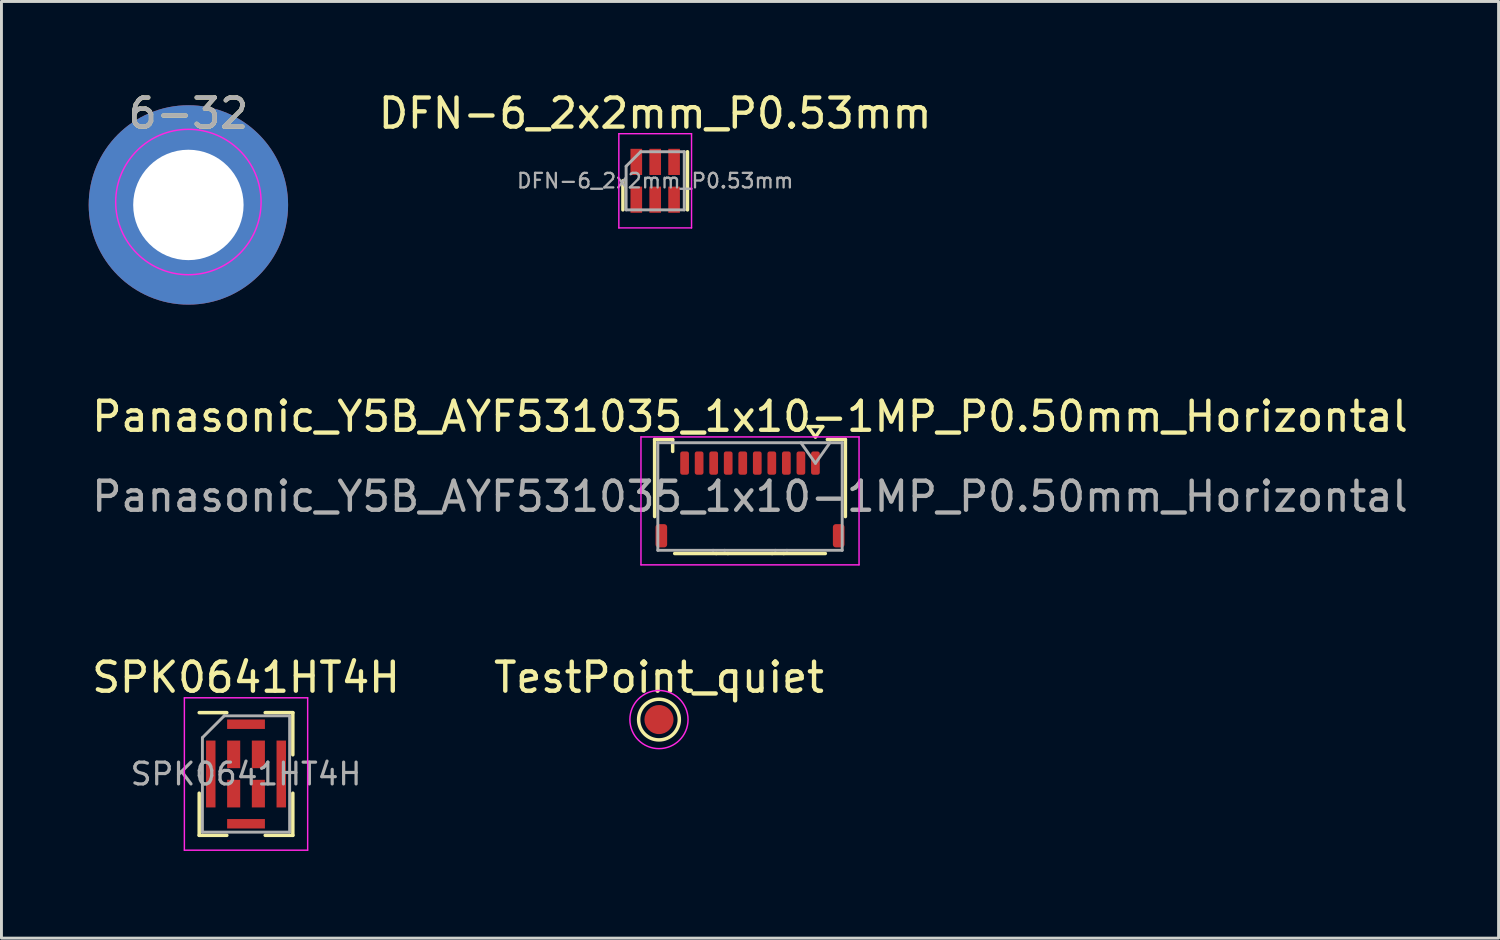
<source format=kicad_pcb>
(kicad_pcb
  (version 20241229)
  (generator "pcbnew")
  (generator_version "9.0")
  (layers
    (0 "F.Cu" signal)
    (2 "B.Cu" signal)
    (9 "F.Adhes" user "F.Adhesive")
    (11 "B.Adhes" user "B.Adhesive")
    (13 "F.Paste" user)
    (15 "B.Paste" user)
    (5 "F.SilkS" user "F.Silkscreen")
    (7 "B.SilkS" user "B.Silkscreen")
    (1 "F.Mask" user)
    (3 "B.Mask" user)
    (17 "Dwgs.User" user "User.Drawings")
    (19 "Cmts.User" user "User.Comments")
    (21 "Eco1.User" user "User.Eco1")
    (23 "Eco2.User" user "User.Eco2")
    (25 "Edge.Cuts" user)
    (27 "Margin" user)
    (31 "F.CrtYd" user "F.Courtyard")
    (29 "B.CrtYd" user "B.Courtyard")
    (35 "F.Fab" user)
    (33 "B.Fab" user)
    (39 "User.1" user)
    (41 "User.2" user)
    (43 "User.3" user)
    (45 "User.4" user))
  (footprint "SPK0641HT4H"
    (layer "F.Cu")
    (at 5.411 23.569)
    (property "Reference" "SPK0641HT4H" (at 0 -3.32 0) (layer "F.SilkS") (effects (font (size 1 1) (thickness 0.15))))
    (attr smd)
    (fp_line (start -1.61 2.11) (end -1.61 0.66) (stroke (width 0.12) (type solid)) (layer "F.SilkS"))
    (fp_line (start -0.66 -2.11) (end -1.61 -2.11) (stroke (width 0.12) (type solid)) (layer "F.SilkS"))
    (fp_line (start -0.66 2.11) (end -1.61 2.11) (stroke (width 0.12) (type solid)) (layer "F.SilkS"))
    (fp_line (start 0.66 -2.11) (end 1.61 -2.11) (stroke (width 0.12) (type solid)) (layer "F.SilkS"))
    (fp_line (start 0.66 2.11) (end 1.61 2.11) (stroke (width 0.12) (type solid)) (layer "F.SilkS"))
    (fp_line (start 1.61 -2.11) (end 1.61 -0.66) (stroke (width 0.12) (type solid)) (layer "F.SilkS"))
    (fp_line (start 1.61 2.11) (end 1.61 0.66) (stroke (width 0.12) (type solid)) (layer "F.SilkS"))
    (fp_line (start -2.12 -2.62) (end -2.12 2.62) (stroke (width 0.05) (type solid)) (layer "F.CrtYd"))
    (fp_line (start -2.12 2.62) (end 2.12 2.62) (stroke (width 0.05) (type solid)) (layer "F.CrtYd"))
    (fp_line (start 2.12 -2.62) (end -2.12 -2.62) (stroke (width 0.05) (type solid)) (layer "F.CrtYd"))
    (fp_line (start 2.12 2.62) (end 2.12 -2.62) (stroke (width 0.05) (type solid)) (layer "F.CrtYd"))
    (fp_line (start -1.5 -1.25) (end -0.75 -2) (stroke (width 0.1) (type solid)) (layer "F.Fab"))
    (fp_line (start -1.5 2) (end -1.5 -1.25) (stroke (width 0.1) (type solid)) (layer "F.Fab"))
    (fp_line (start -0.75 -2) (end 1.5 -2) (stroke (width 0.1) (type solid)) (layer "F.Fab"))
    (fp_line (start 1.5 -2) (end 1.5 2) (stroke (width 0.1) (type solid)) (layer "F.Fab"))
    (fp_line (start 1.5 2) (end -1.5 2) (stroke (width 0.1) (type solid)) (layer "F.Fab"))
    (fp_text user "${REFERENCE}" (at 0 0 0) (layer "F.Fab") (effects (font (size 0.75 0.75) (thickness 0.11))))
    (pad "1" smd rect (at -0.425 0.675) (size 0.45 0.95) (layers "F.Cu" "F.Mask" "F.Paste"))
    (pad "2" smd rect (at -0.425 -0.675) (size 0.45 0.95) (layers "F.Cu" "F.Mask" "F.Paste"))
    (pad "3" smd rect (at 0.425 -0.675) (size 0.45 0.95) (layers "F.Cu" "F.Mask" "F.Paste"))
    (pad "4" smd rect (at 0.425 0.675) (size 0.45 0.95) (layers "F.Cu" "F.Mask" "F.Paste"))
    (pad "5" smd rect (at 0 1.712) (size 1.3 0.325) (layers "F.Cu" "F.Mask" "F.Paste"))
    (pad "6" smd rect (at -1.212 0) (size 0.325 2.3) (layers "F.Cu" "F.Mask" "F.Paste"))
    (pad "7" smd rect (at 0 -1.712) (size 1.3 0.325) (layers "F.Cu" "F.Mask" "F.Paste"))
    (pad "8" smd rect (at 1.212 0) (size 0.325 2.3) (layers "F.Cu" "F.Mask" "F.Paste")))
  (footprint "DFN-6_2x2mm_P0.53mm"
    (layer "F.Cu")
    (at 19.483 3.168)
    (property "Reference" "DFN-6_2x2mm_P0.53mm" (at 0 -2.32 0) (layer "F.SilkS") (effects (font (size 1 1) (thickness 0.15))))
    (attr smd)
    (fp_line (start -1.11 0) (end -1.11 1) (stroke (width 0.12) (type solid)) (layer "F.SilkS"))
    (fp_line (start 1.11 -1) (end 1.11 1) (stroke (width 0.12) (type solid)) (layer "F.SilkS"))
    (fp_line (start -1.25 -1.62) (end -1.25 1.62) (stroke (width 0.05) (type solid)) (layer "F.CrtYd"))
    (fp_line (start -1.25 1.62) (end 1.25 1.62) (stroke (width 0.05) (type solid)) (layer "F.CrtYd"))
    (fp_line (start 1.25 -1.62) (end -1.25 -1.62) (stroke (width 0.05) (type solid)) (layer "F.CrtYd"))
    (fp_line (start 1.25 1.62) (end 1.25 -1.62) (stroke (width 0.05) (type solid)) (layer "F.CrtYd"))
    (fp_line (start -1 -0.5) (end -0.5 -1) (stroke (width 0.1) (type solid)) (layer "F.Fab"))
    (fp_line (start -1 1) (end -1 -0.5) (stroke (width 0.1) (type solid)) (layer "F.Fab"))
    (fp_line (start -0.5 -1) (end 1 -1) (stroke (width 0.1) (type solid)) (layer "F.Fab"))
    (fp_line (start 1 -1) (end 1 1) (stroke (width 0.1) (type solid)) (layer "F.Fab"))
    (fp_line (start 1 1) (end -1 1) (stroke (width 0.1) (type solid)) (layer "F.Fab"))
    (fp_text user "${REFERENCE}" (at 0 0 0) (layer "F.Fab") (effects (font (size 0.5 0.5) (thickness 0.08))))
    (pad "1" smd rect (at -0.65 -0.65) (size 0.4 0.9) (layers "F.Cu" "F.Mask" "F.Paste"))
    (pad "2" smd rect (at 0 -0.65) (size 0.4 0.9) (layers "F.Cu" "F.Mask" "F.Paste"))
    (pad "3" smd rect (at 0.65 -0.65) (size 0.4 0.9) (layers "F.Cu" "F.Mask" "F.Paste"))
    (pad "4" smd rect (at 0.65 0.65) (size 0.4 0.9) (layers "F.Cu" "F.Mask" "F.Paste"))
    (pad "5" smd rect (at 0 0.65) (size 0.4 0.9) (layers "F.Cu" "F.Mask" "F.Paste"))
    (pad "6" smd rect (at -0.65 0.65) (size 0.4 0.9) (layers "F.Cu" "F.Mask" "F.Paste")))
  (footprint "Panasonic_Y5B_AYF531035_1x10-1MP_P0.50mm_Horizontal"
    (layer "F.Cu")
    (at 22.744 14.126)
    (property "Reference" "Panasonic_Y5B_AYF531035_1x10-1MP_P0.50mm_Horizontal" (at 0 -2.85 0) (layer "F.SilkS") (effects (font (size 1 1) (thickness 0.15))))
    (attr smd)
    (fp_line (start -3.28 -2.06) (end -2.66 -2.06) (stroke (width 0.12) (type solid)) (layer "F.SilkS"))
    (fp_line (start -3.28 0.59) (end -3.28 -2.06) (stroke (width 0.12) (type solid)) (layer "F.SilkS"))
    (fp_line (start -2.66 -2.06) (end -2.66 -1.65) (stroke (width 0.12) (type solid)) (layer "F.SilkS"))
    (fp_line (start -2.59 1.86) (end -1.16 1.86) (stroke (width 0.12) (type solid)) (layer "F.SilkS"))
    (fp_line (start -1.16 1.86) (end -0.76 1.86) (stroke (width 0.12) (type solid)) (layer "F.SilkS"))
    (fp_line (start -0.76 1.86) (end 0.76 1.86) (stroke (width 0.12) (type solid)) (layer "F.SilkS"))
    (fp_line (start 0.76 1.86) (end 1.16 1.86) (stroke (width 0.12) (type solid)) (layer "F.SilkS"))
    (fp_line (start 1.16 1.86) (end 2.59 1.86) (stroke (width 0.12) (type solid)) (layer "F.SilkS"))
    (fp_line (start 2 -2.504) (end 2.25 -2.15) (stroke (width 0.12) (type solid)) (layer "F.SilkS"))
    (fp_line (start 2.25 -2.15) (end 2.5 -2.504) (stroke (width 0.12) (type solid)) (layer "F.SilkS"))
    (fp_line (start 2.5 -2.504) (end 2 -2.504) (stroke (width 0.12) (type solid)) (layer "F.SilkS"))
    (fp_line (start 3.28 -2.06) (end 2.66 -2.06) (stroke (width 0.12) (type solid)) (layer "F.SilkS"))
    (fp_line (start 3.28 0.59) (end 3.28 -2.06) (stroke (width 0.12) (type solid)) (layer "F.SilkS"))
    (fp_line (start -3.75 -2.15) (end -3.75 2.25) (stroke (width 0.05) (type solid)) (layer "F.CrtYd"))
    (fp_line (start -3.75 2.25) (end 3.75 2.25) (stroke (width 0.05) (type solid)) (layer "F.CrtYd"))
    (fp_line (start 3.75 -2.15) (end -3.75 -2.15) (stroke (width 0.05) (type solid)) (layer "F.CrtYd"))
    (fp_line (start 3.75 2.25) (end 3.75 -2.15) (stroke (width 0.05) (type solid)) (layer "F.CrtYd"))
    (fp_line (start -3.17 -1.95) (end -3.17 1.75) (stroke (width 0.1) (type solid)) (layer "F.Fab"))
    (fp_line (start -3.17 -1.95) (end 3.17 -1.95) (stroke (width 0.1) (type solid)) (layer "F.Fab"))
    (fp_line (start -3.17 1.75) (end -1.27 1.75) (stroke (width 0.1) (type solid)) (layer "F.Fab"))
    (fp_line (start -1.27 1.75) (end -0.87 1.75) (stroke (width 0.1) (type solid)) (layer "F.Fab"))
    (fp_line (start -0.87 1.75) (end 0.87 1.75) (stroke (width 0.1) (type solid)) (layer "F.Fab"))
    (fp_line (start 0.87 1.75) (end 1.27 1.75) (stroke (width 0.1) (type solid)) (layer "F.Fab"))
    (fp_line (start 1.27 1.75) (end 3.17 1.75) (stroke (width 0.1) (type solid)) (layer "F.Fab"))
    (fp_line (start 1.75 -1.95) (end 2.25 -1.243) (stroke (width 0.1) (type solid)) (layer "F.Fab"))
    (fp_line (start 2.25 -1.243) (end 2.75 -1.95) (stroke (width 0.1) (type solid)) (layer "F.Fab"))
    (fp_line (start 3.17 -1.95) (end 3.17 1.75) (stroke (width 0.1) (type solid)) (layer "F.Fab"))
    (fp_text user "${REFERENCE}" (at 0 -0.1 0) (layer "F.Fab") (effects (font (size 1 1) (thickness 0.15))))
    (pad "1" smd roundrect (at 2.25 -1.25) (size 0.3 0.8) (layers "F.Cu" "F.Mask" "F.Paste") (roundrect_rratio 0.25))
    (pad "2" smd roundrect (at 1.75 -1.25) (size 0.3 0.8) (layers "F.Cu" "F.Mask" "F.Paste") (roundrect_rratio 0.25))
    (pad "3" smd roundrect (at 1.25 -1.25) (size 0.3 0.8) (layers "F.Cu" "F.Mask" "F.Paste") (roundrect_rratio 0.25))
    (pad "4" smd roundrect (at 0.75 -1.25) (size 0.3 0.8) (layers "F.Cu" "F.Mask" "F.Paste") (roundrect_rratio 0.25))
    (pad "5" smd roundrect (at 0.25 -1.25) (size 0.3 0.8) (layers "F.Cu" "F.Mask" "F.Paste") (roundrect_rratio 0.25))
    (pad "6" smd roundrect (at -0.25 -1.25) (size 0.3 0.8) (layers "F.Cu" "F.Mask" "F.Paste") (roundrect_rratio 0.25))
    (pad "7" smd roundrect (at -0.75 -1.25) (size 0.3 0.8) (layers "F.Cu" "F.Mask" "F.Paste") (roundrect_rratio 0.25))
    (pad "8" smd roundrect (at -1.25 -1.25) (size 0.3 0.8) (layers "F.Cu" "F.Mask" "F.Paste") (roundrect_rratio 0.25))
    (pad "9" smd roundrect (at -1.75 -1.25) (size 0.3 0.8) (layers "F.Cu" "F.Mask" "F.Paste") (roundrect_rratio 0.25))
    (pad "10" smd roundrect (at -2.25 -1.25) (size 0.3 0.8) (layers "F.Cu" "F.Mask" "F.Paste") (roundrect_rratio 0.25))
    (pad "MP" smd roundrect (at -3.05 1.25) (size 0.4 0.8) (layers "F.Cu" "F.Mask" "F.Paste") (roundrect_rratio 0.25))
    (pad "MP" smd roundrect (at 3.05 1.25) (size 0.4 0.8) (layers "F.Cu" "F.Mask" "F.Paste") (roundrect_rratio 0.25)))
  (footprint "TestPoint_quiet"
    (layer "F.Cu")
    (at 19.613 21.697)
    (property "Reference" "TestPoint_quiet" (at 0 -1.448 0) (layer "F.SilkS") (effects (font (size 1 1) (thickness 0.15))))
    (attr exclude_from_pos_files exclude_from_bom)
    (fp_circle (center 0 0) (end 0 0.7) (stroke (width 0.12) (type solid)) (fill no) (layer "F.SilkS"))
    (fp_circle (center 0 0) (end 1 0) (stroke (width 0.05) (type solid)) (fill no) (layer "F.CrtYd"))
    (pad "1" smd circle (at 0 0) (size 1 1) (layers "F.Cu" "F.Mask")))
  (footprint "6-32"
    (layer "F.Cu")
    (at 3.429 3.898)
    (property "Reference" "6-32" (at 0 -3.048 0) (layer "F.SilkS") (effects (font (size 1 1) (thickness 0.15))))
    (attr exclude_from_pos_files exclude_from_bom)
    (fp_circle (center 0 0) (end 2.5 0) (stroke (width 0.05) (type solid)) (fill no) (layer "F.CrtYd"))
    (fp_text user "${REFERENCE}" (at 0 -3.05 0) (layer "F.Fab") (effects (font (size 1 1) (thickness 0.15))))
    (pad "1" thru_hole circle (at 0 0.1) (size 6.858 6.858) (drill 3.797) (layers "*.Cu" "*.Mask")))
  (gr_rect
    (start -3 -3)
    (end 48.488 29.214)
    (stroke (width 0.1) (type default))
    (fill no)
    (layer "Edge.Cuts")))
</source>
